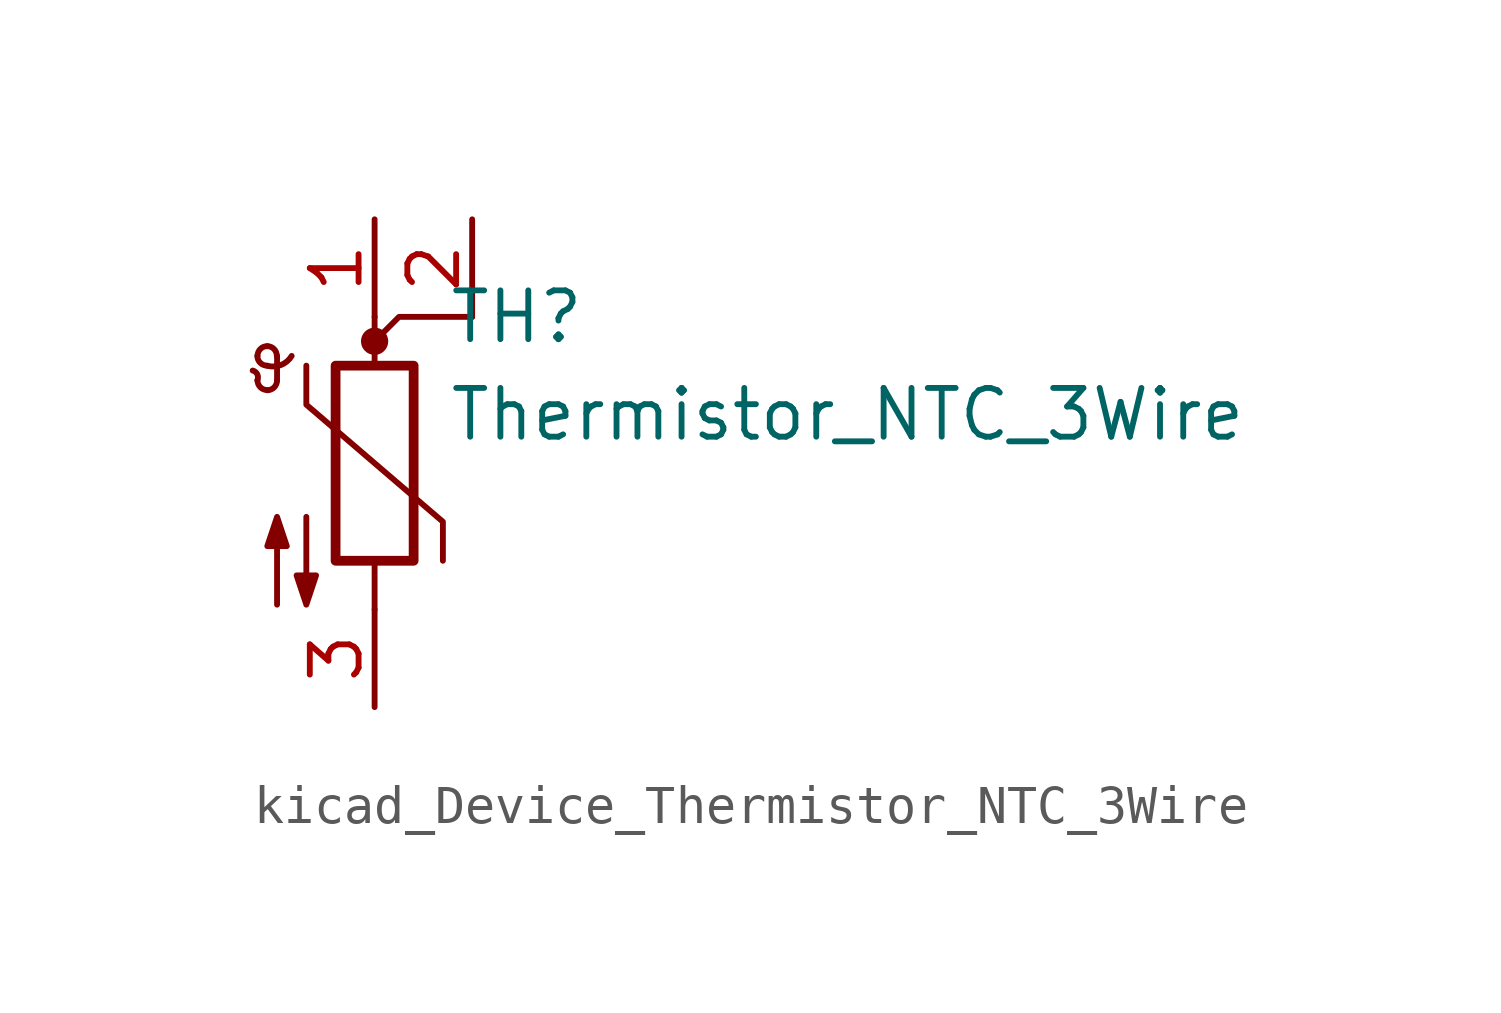
<source format=kicad_sym>
(kicad_symbol_lib
  (version 20220914)
  (generator kicad_symbol_editor)
  (symbol "kicad_Device_Thermistor_NTC_3Wire"
    (pin_names
      (offset 0))
    (property "Reference" "TH"
      (at 1.905 3.81 0)
      (effects (font (size 1.27 1.27)) (justify left)))
    (property "Value" "Thermistor_NTC_3Wire"
      (at 1.905 1.27 0)
      (effects (font (size 1.27 1.27)) (justify left)))
    (symbol "kicad_Device_Thermistor_NTC_3Wire_0_1"
      (arc (start -3.048 2.159) (mid -3.0495 2.3143) (end -3.175 2.413) (stroke (width 0) (type default)) (fill (type none)))
      (arc (start -3.048 2.159) (mid -2.9736 1.9794) (end -2.794 1.905) (stroke (width 0) (type default)) (fill (type none)))
      (arc (start -3.048 2.794) (mid -2.9736 2.6144) (end -2.794 2.54) (stroke (width 0) (type default)) (fill (type none)))
      (arc (start -2.794 1.905) (mid -2.6144 1.9794) (end -2.54 2.159) (stroke (width 0) (type default)) (fill (type none)))
      (arc (start -2.794 2.54) (mid -2.4393 2.5587) (end -2.159 2.794) (stroke (width 0) (type default)) (fill (type none)))
      (arc (start -2.794 3.048) (mid -2.9736 2.9736) (end -3.048 2.794) (stroke (width 0) (type default)) (fill (type none)))
      (arc (start -2.54 2.794) (mid -2.6144 2.9736) (end -2.794 3.048) (stroke (width 0) (type default)) (fill (type none)))
      (rectangle (start -1.016 2.54) (end 1.016 -2.54) (stroke (width 0.254) (type default)) (fill (type none)))
      (polyline (pts (xy -2.54 2.159) (xy -2.54 2.794)) (stroke (width 0) (type default)) (fill (type none)))
      (polyline (pts (xy 0 -3.81) (xy 0 -2.54)) (stroke (width 0) (type default)) (fill (type none)))
      (polyline (pts (xy 0 3.81) (xy 0 2.54)) (stroke (width 0) (type default)) (fill (type none)))
      (polyline (pts (xy 2.54 3.81) (xy 0.635 3.81) (xy 0 3.175)) (stroke (width 0) (type default)) (fill (type none)))
      (polyline (pts (xy -1.778 2.54) (xy -1.778 1.524) (xy 1.778 -1.524) (xy 1.778 -2.54)) (stroke (width 0) (type default)) (fill (type none)))
      (polyline (pts (xy -2.54 -3.683) (xy -2.54 -1.397) (xy -2.794 -2.159) (xy -2.286 -2.159) (xy -2.54 -1.397) (xy -2.54 -1.651)) (stroke (width 0) (type default)) (fill (type outline)))
      (polyline (pts (xy -1.778 -1.397) (xy -1.778 -3.683) (xy -2.032 -2.921) (xy -1.524 -2.921) (xy -1.778 -3.683) (xy -1.778 -3.429)) (stroke (width 0) (type default)) (fill (type outline)))
      (circle (center 0 3.175) (radius 0.279) (stroke (width 0) (type default)) (fill (type outline))))
    (symbol "kicad_Device_Thermistor_NTC_3Wire_1_1"
      (pin passive line (at 0 6.35 270) (length 2.54) (name "~" (effects (font (size 1.27 1.27)))) (number "1" (effects (font (size 1.27 1.27)))))
      (pin passive line (at 2.54 6.35 270) (length 2.54) (name "~" (effects (font (size 1.27 1.27)))) (number "2" (effects (font (size 1.27 1.27)))))
      (pin passive line (at 0 -6.35 90) (length 2.54) (name "~" (effects (font (size 1.27 1.27)))) (number "3" (effects (font (size 1.27 1.27))))))))
</source>
